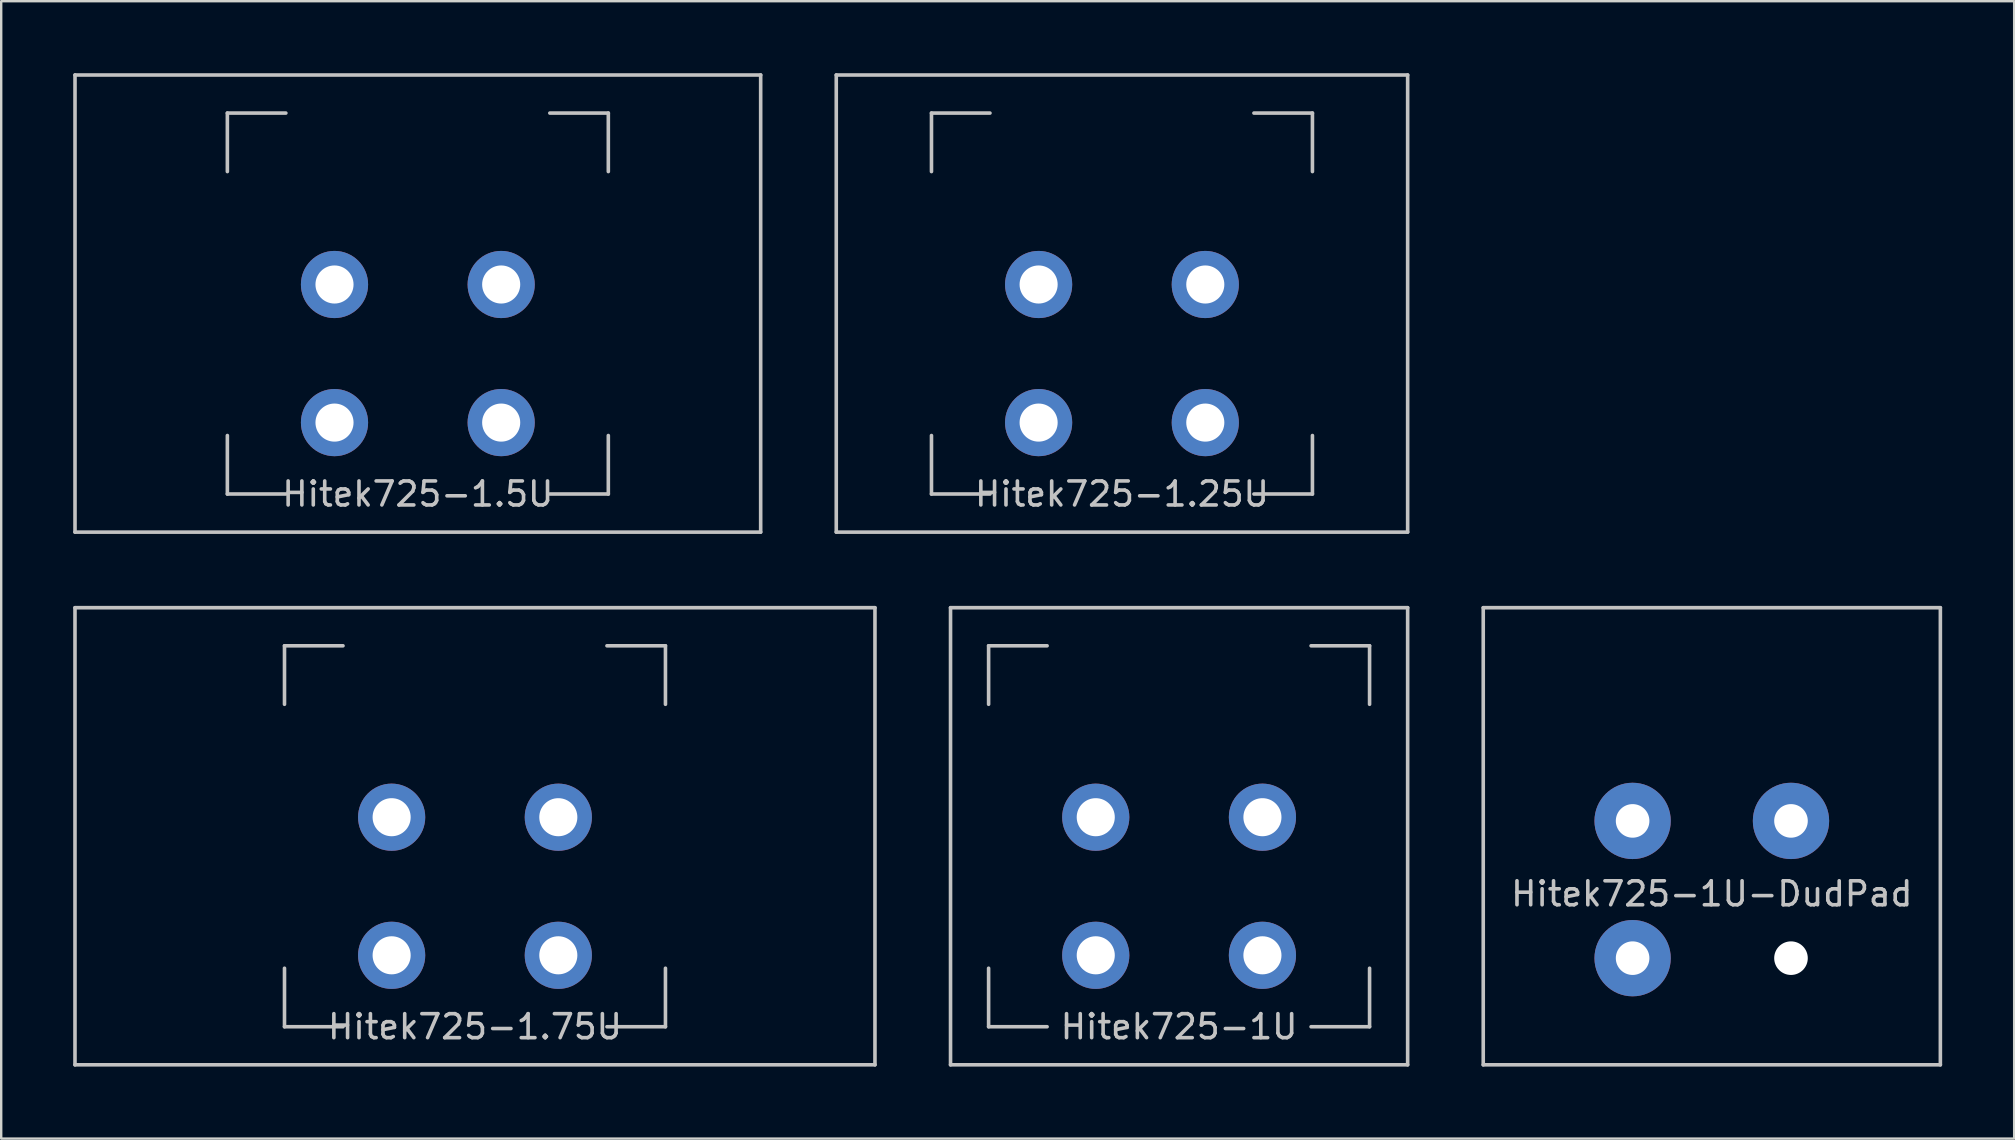
<source format=kicad_pcb>
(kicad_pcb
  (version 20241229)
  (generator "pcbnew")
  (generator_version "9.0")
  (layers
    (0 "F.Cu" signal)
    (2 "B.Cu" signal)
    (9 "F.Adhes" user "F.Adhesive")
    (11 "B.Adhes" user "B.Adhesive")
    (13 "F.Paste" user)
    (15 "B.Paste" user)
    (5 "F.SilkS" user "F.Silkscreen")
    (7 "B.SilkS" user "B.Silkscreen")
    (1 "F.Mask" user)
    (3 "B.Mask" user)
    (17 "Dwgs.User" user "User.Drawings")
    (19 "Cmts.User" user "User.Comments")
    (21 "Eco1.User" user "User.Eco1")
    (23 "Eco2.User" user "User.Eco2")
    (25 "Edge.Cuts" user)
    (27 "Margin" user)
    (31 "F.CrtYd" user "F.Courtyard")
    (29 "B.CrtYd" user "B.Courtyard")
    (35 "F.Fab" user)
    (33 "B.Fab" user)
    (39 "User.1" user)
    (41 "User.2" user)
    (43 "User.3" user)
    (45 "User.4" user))
  (footprint "Hitek725-1.5U"
    (layer "F.Cu")
    (at 14.363 9.6)
    (property "Reference" "Hitek725-1.5U" (at 0 7.938 0) (layer "Dwgs.User") (effects (font (size 1 1) (thickness 0.15))))
    (attr through_hole)
    (fp_line (start -14.287 -9.525) (end 14.287 -9.525) (stroke (width 0.15) (type solid)) (layer "Dwgs.User"))
    (fp_line (start -14.287 9.525) (end -14.287 -9.525) (stroke (width 0.15) (type solid)) (layer "Dwgs.User"))
    (fp_line (start -7.938 -7.938) (end -5.5 -7.938) (stroke (width 0.15) (type solid)) (layer "Dwgs.User"))
    (fp_line (start -7.938 -5.5) (end -7.938 -7.938) (stroke (width 0.15) (type solid)) (layer "Dwgs.User"))
    (fp_line (start -7.938 5.5) (end -7.938 7.938) (stroke (width 0.15) (type solid)) (layer "Dwgs.User"))
    (fp_line (start -5.5 7.938) (end -7.938 7.938) (stroke (width 0.15) (type solid)) (layer "Dwgs.User"))
    (fp_line (start 7.938 -7.938) (end 5.5 -7.938) (stroke (width 0.15) (type solid)) (layer "Dwgs.User"))
    (fp_line (start 7.938 -7.938) (end 7.938 -5.5) (stroke (width 0.15) (type solid)) (layer "Dwgs.User"))
    (fp_line (start 7.938 7.938) (end 5.5 7.938) (stroke (width 0.15) (type solid)) (layer "Dwgs.User"))
    (fp_line (start 7.938 7.938) (end 7.938 5.5) (stroke (width 0.15) (type solid)) (layer "Dwgs.User"))
    (fp_line (start 14.287 -9.525) (end 14.287 9.525) (stroke (width 0.15) (type solid)) (layer "Dwgs.User"))
    (fp_line (start 14.287 9.525) (end -14.287 9.525) (stroke (width 0.15) (type solid)) (layer "Dwgs.User"))
    (pad "1" thru_hole circle (at -3.473 -0.794) (size 2.8 2.8) (drill 1.587) (layers "*.Cu" "B.Mask"))
    (pad "1" thru_hole circle (at -3.473 4.961) (size 2.8 2.8) (drill 1.587) (layers "*.Cu" "B.Mask"))
    (pad "2" thru_hole circle (at 3.473 -0.794) (size 2.8 2.8) (drill 1.587) (layers "*.Cu" "B.Mask"))
    (pad "2" thru_hole circle (at 3.473 4.961) (size 2.8 2.8) (drill 1.587) (layers "*.Cu" "B.Mask")))
  (footprint "Hitek725-1U"
    (layer "F.Cu")
    (at 46.087 31.8)
    (property "Reference" "Hitek725-1U" (at 0 7.938 0) (layer "Dwgs.User") (effects (font (size 1 1) (thickness 0.15))))
    (attr through_hole)
    (fp_line (start -9.525 -9.525) (end 9.525 -9.525) (stroke (width 0.15) (type solid)) (layer "Dwgs.User"))
    (fp_line (start -9.525 9.525) (end -9.525 -9.525) (stroke (width 0.15) (type solid)) (layer "Dwgs.User"))
    (fp_line (start -7.938 -7.938) (end -5.5 -7.938) (stroke (width 0.15) (type solid)) (layer "Dwgs.User"))
    (fp_line (start -7.938 -5.5) (end -7.938 -7.938) (stroke (width 0.15) (type solid)) (layer "Dwgs.User"))
    (fp_line (start -7.938 5.5) (end -7.938 7.938) (stroke (width 0.15) (type solid)) (layer "Dwgs.User"))
    (fp_line (start -5.5 7.938) (end -7.938 7.938) (stroke (width 0.15) (type solid)) (layer "Dwgs.User"))
    (fp_line (start 7.938 -7.938) (end 5.5 -7.938) (stroke (width 0.15) (type solid)) (layer "Dwgs.User"))
    (fp_line (start 7.938 -7.938) (end 7.938 -5.5) (stroke (width 0.15) (type solid)) (layer "Dwgs.User"))
    (fp_line (start 7.938 7.938) (end 5.5 7.938) (stroke (width 0.15) (type solid)) (layer "Dwgs.User"))
    (fp_line (start 7.938 7.938) (end 7.938 5.5) (stroke (width 0.15) (type solid)) (layer "Dwgs.User"))
    (fp_line (start 9.525 -9.525) (end 9.525 9.525) (stroke (width 0.15) (type solid)) (layer "Dwgs.User"))
    (fp_line (start 9.525 9.525) (end -9.525 9.525) (stroke (width 0.15) (type solid)) (layer "Dwgs.User"))
    (pad "1" thru_hole circle (at -3.473 -0.794) (size 2.8 2.8) (drill 1.587) (layers "*.Cu" "B.Mask"))
    (pad "1" thru_hole circle (at -3.473 4.961) (size 2.8 2.8) (drill 1.587) (layers "*.Cu" "B.Mask"))
    (pad "2" thru_hole circle (at 3.473 -0.794) (size 2.8 2.8) (drill 1.587) (layers "*.Cu" "B.Mask"))
    (pad "2" thru_hole circle (at 3.473 4.961) (size 2.8 2.8) (drill 1.587) (layers "*.Cu" "B.Mask")))
  (footprint "Hitek725-1.25U"
    (layer "F.Cu")
    (at 43.706 9.6)
    (property "Reference" "Hitek725-1.25U" (at 0 7.938 0) (layer "Dwgs.User") (effects (font (size 1 1) (thickness 0.15))))
    (attr through_hole)
    (fp_line (start -11.906 -9.525) (end 11.906 -9.525) (stroke (width 0.15) (type solid)) (layer "Dwgs.User"))
    (fp_line (start -11.906 9.525) (end -11.906 -9.525) (stroke (width 0.15) (type solid)) (layer "Dwgs.User"))
    (fp_line (start -7.938 -7.938) (end -5.5 -7.938) (stroke (width 0.15) (type solid)) (layer "Dwgs.User"))
    (fp_line (start -7.938 -5.5) (end -7.938 -7.938) (stroke (width 0.15) (type solid)) (layer "Dwgs.User"))
    (fp_line (start -7.938 5.5) (end -7.938 7.938) (stroke (width 0.15) (type solid)) (layer "Dwgs.User"))
    (fp_line (start -5.5 7.938) (end -7.938 7.938) (stroke (width 0.15) (type solid)) (layer "Dwgs.User"))
    (fp_line (start 7.938 -7.938) (end 5.5 -7.938) (stroke (width 0.15) (type solid)) (layer "Dwgs.User"))
    (fp_line (start 7.938 -7.938) (end 7.938 -5.5) (stroke (width 0.15) (type solid)) (layer "Dwgs.User"))
    (fp_line (start 7.938 7.938) (end 5.5 7.938) (stroke (width 0.15) (type solid)) (layer "Dwgs.User"))
    (fp_line (start 7.938 7.938) (end 7.938 5.5) (stroke (width 0.15) (type solid)) (layer "Dwgs.User"))
    (fp_line (start 11.906 -9.525) (end 11.906 9.525) (stroke (width 0.15) (type solid)) (layer "Dwgs.User"))
    (fp_line (start 11.906 9.525) (end -11.906 9.525) (stroke (width 0.15) (type solid)) (layer "Dwgs.User"))
    (pad "1" thru_hole circle (at -3.473 -0.794) (size 2.8 2.8) (drill 1.587) (layers "*.Cu" "B.Mask"))
    (pad "1" thru_hole circle (at -3.473 4.961) (size 2.8 2.8) (drill 1.587) (layers "*.Cu" "B.Mask"))
    (pad "2" thru_hole circle (at 3.473 -0.794) (size 2.8 2.8) (drill 1.587) (layers "*.Cu" "B.Mask"))
    (pad "2" thru_hole circle (at 3.473 4.961) (size 2.8 2.8) (drill 1.587) (layers "*.Cu" "B.Mask")))
  (footprint "Hitek725-1.75U"
    (layer "F.Cu")
    (at 16.744 31.8)
    (property "Reference" "Hitek725-1.75U" (at 0 7.938 0) (layer "Dwgs.User") (effects (font (size 1 1) (thickness 0.15))))
    (attr through_hole)
    (fp_line (start -16.669 -9.525) (end 16.669 -9.525) (stroke (width 0.15) (type solid)) (layer "Dwgs.User"))
    (fp_line (start -16.669 9.525) (end -16.669 -9.525) (stroke (width 0.15) (type solid)) (layer "Dwgs.User"))
    (fp_line (start -7.938 -7.938) (end -5.5 -7.938) (stroke (width 0.15) (type solid)) (layer "Dwgs.User"))
    (fp_line (start -7.938 -5.5) (end -7.938 -7.938) (stroke (width 0.15) (type solid)) (layer "Dwgs.User"))
    (fp_line (start -7.938 5.5) (end -7.938 7.938) (stroke (width 0.15) (type solid)) (layer "Dwgs.User"))
    (fp_line (start -5.5 7.938) (end -7.938 7.938) (stroke (width 0.15) (type solid)) (layer "Dwgs.User"))
    (fp_line (start 7.938 -7.938) (end 5.5 -7.938) (stroke (width 0.15) (type solid)) (layer "Dwgs.User"))
    (fp_line (start 7.938 -7.938) (end 7.938 -5.5) (stroke (width 0.15) (type solid)) (layer "Dwgs.User"))
    (fp_line (start 7.938 7.938) (end 5.5 7.938) (stroke (width 0.15) (type solid)) (layer "Dwgs.User"))
    (fp_line (start 7.938 7.938) (end 7.938 5.5) (stroke (width 0.15) (type solid)) (layer "Dwgs.User"))
    (fp_line (start 16.669 -9.525) (end 16.669 9.525) (stroke (width 0.15) (type solid)) (layer "Dwgs.User"))
    (fp_line (start 16.669 9.525) (end -16.669 9.525) (stroke (width 0.15) (type solid)) (layer "Dwgs.User"))
    (pad "1" thru_hole circle (at -3.473 -0.794) (size 2.8 2.8) (drill 1.587) (layers "*.Cu" "B.Mask"))
    (pad "1" thru_hole circle (at -3.473 4.961) (size 2.8 2.8) (drill 1.587) (layers "*.Cu" "B.Mask"))
    (pad "2" thru_hole circle (at 3.473 -0.794) (size 2.8 2.8) (drill 1.587) (layers "*.Cu" "B.Mask"))
    (pad "2" thru_hole circle (at 3.473 4.961) (size 2.8 2.8) (drill 1.587) (layers "*.Cu" "B.Mask")))
  (footprint "Hitek725-1U-DudPad"
    (layer "F.Cu")
    (at 68.287 31.8)
    (property "Reference" "Hitek725-1U-DudPad" (at 0 2.4 0) (layer "Dwgs.User") (effects (font (size 1 1) (thickness 0.15))))
    (attr through_hole)
    (fp_line (start -9.525 -9.525) (end 9.525 -9.525) (stroke (width 0.15) (type solid)) (layer "Dwgs.User"))
    (fp_line (start -9.525 9.525) (end -9.525 -9.525) (stroke (width 0.15) (type solid)) (layer "Dwgs.User"))
    (fp_line (start 9.525 -9.525) (end 9.525 9.525) (stroke (width 0.15) (type solid)) (layer "Dwgs.User"))
    (fp_line (start 9.525 9.525) (end -9.525 9.525) (stroke (width 0.15) (type solid)) (layer "Dwgs.User"))
    (pad "" np_thru_hole circle (at 3.3 5.08) (size 1.4 1.4) (drill 1.4) (layers "*.Cu" "*.Mask"))
    (pad "1" thru_hole circle (at -3.3 -0.64) (size 3.18 3.18) (drill 1.4) (layers "*.Cu" "B.Mask"))
    (pad "1" thru_hole circle (at -3.3 5.08) (size 3.18 3.18) (drill 1.4) (layers "*.Cu" "B.Mask"))
    (pad "2" thru_hole circle (at 3.3 -0.64) (size 3.18 3.18) (drill 1.4) (layers "*.Cu" "B.Mask")))
  (gr_rect
    (start -3 -3)
    (end 80.888 44.4)
    (stroke (width 0.1) (type default))
    (fill no)
    (layer "Edge.Cuts")))
</source>
